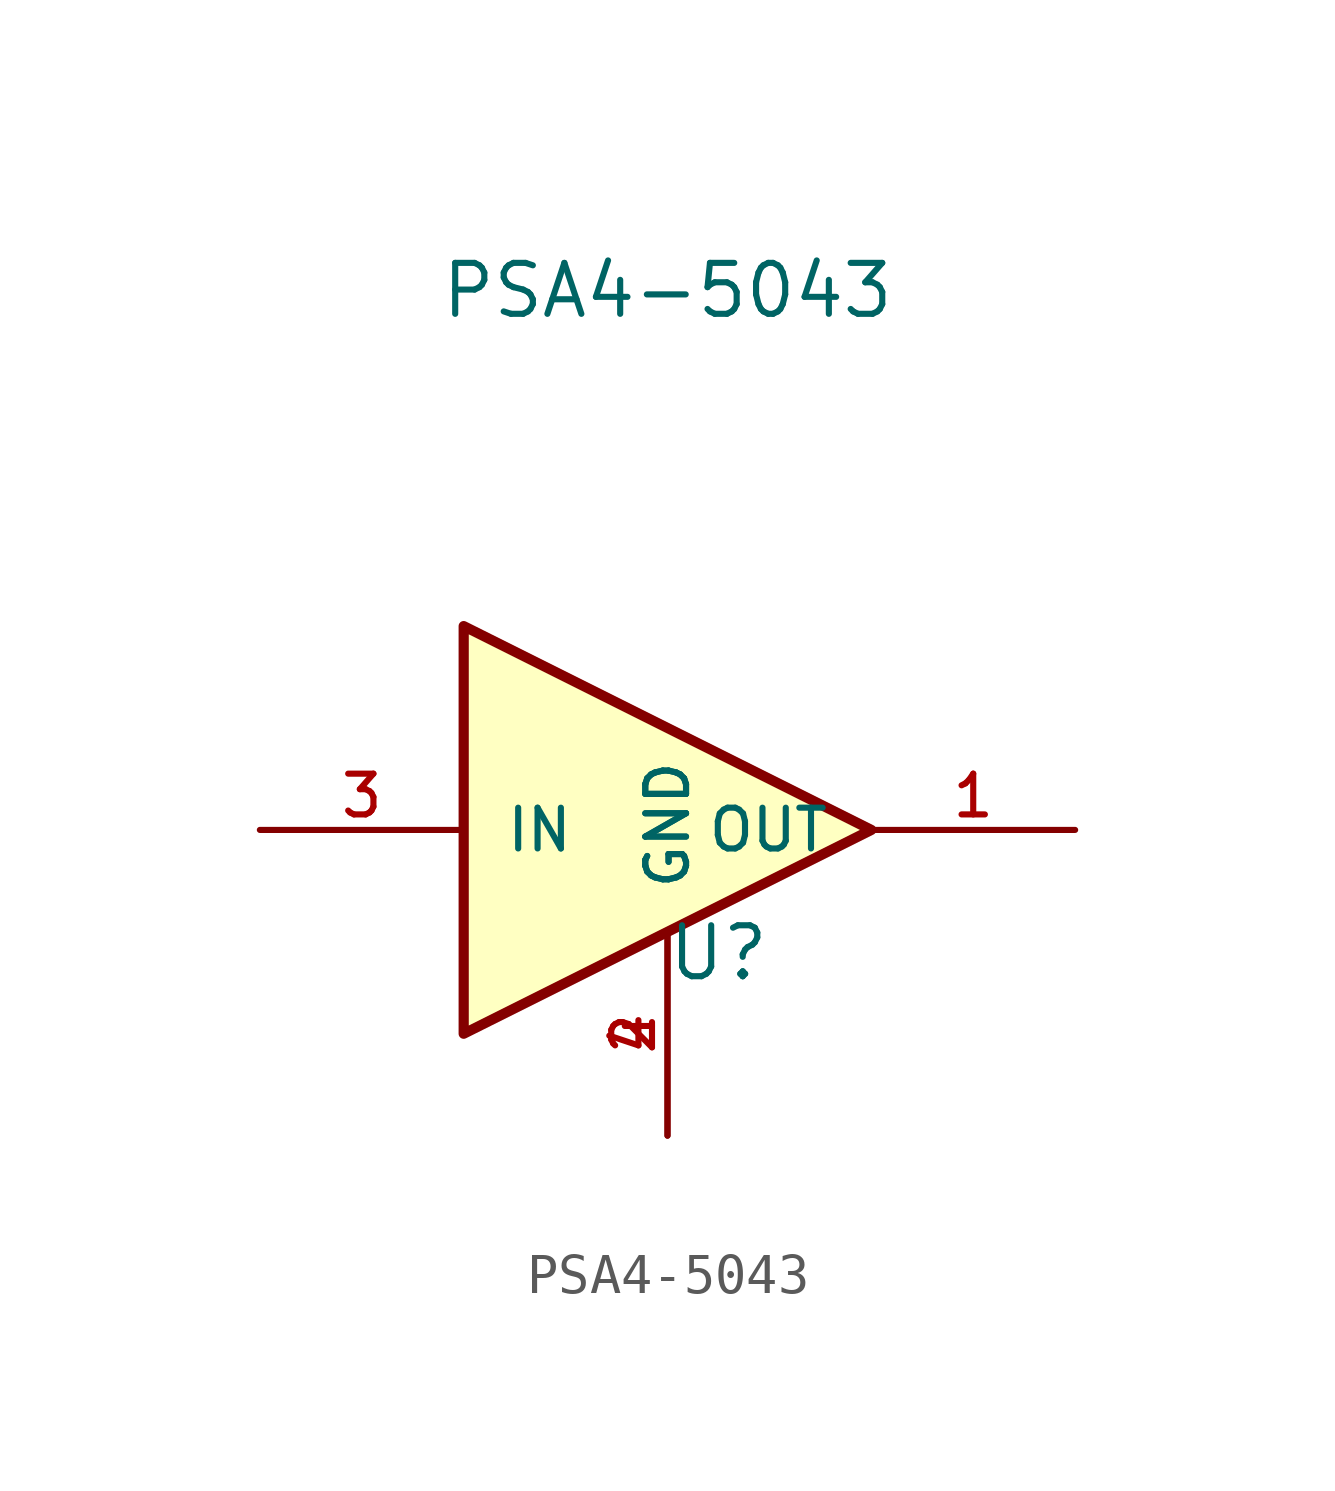
<source format=kicad_sym>
(kicad_symbol_lib
  (version 20220914)
  (generator kicad_symbol_editor)
  (symbol "PSA4-5043"
    (pin_names
      (offset 1.016))
    (property "Reference" "U"
      (at 2.54 -3.81 0)
      (effects (font (size 1.27 1.27)) (justify bottom)))
    (property "Value" "PSA4-5043"
      (at 1.27 12.7 0)
      (effects (font (size 1.27 1.27)) (justify bottom)))
    (symbol "PSA4-5043_0_1"
      (polyline (pts (xy -3.81 5.08) (xy 6.35 0) (xy -3.81 -5.08) (xy -3.81 5.08)) (stroke (width 0.254) (type default)) (fill (type background))))
    (symbol "PSA4-5043_1_0"
      (pin bidirectional line (at 11.43 0 180) (length 5.08) (name "OUT" (effects (font (size 1.016 1.016)))) (number "1" (effects (font (size 1.016 1.016)))))
      (pin power_in line (at 1.27 -7.62 90) (length 5.08) (name "GND" (effects (font (size 1.016 1.016)))) (number "2" (effects (font (size 1.016 1.016)))))
      (pin bidirectional line (at -8.89 0 0) (length 5.08) (name "IN" (effects (font (size 1.016 1.016)))) (number "3" (effects (font (size 1.016 1.016)))))
      (pin power_in line (at 1.27 -7.62 90) (length 5.08) (name "GND" (effects (font (size 1.016 1.016)))) (number "4" (effects (font (size 1.016 1.016))))))))
</source>
